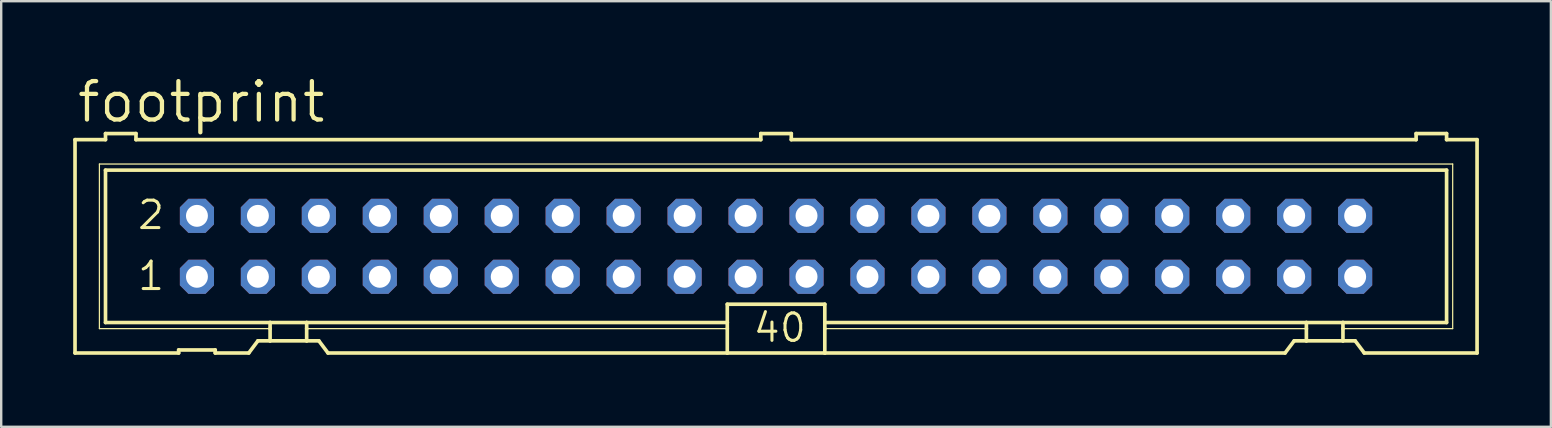
<source format=kicad_pcb>
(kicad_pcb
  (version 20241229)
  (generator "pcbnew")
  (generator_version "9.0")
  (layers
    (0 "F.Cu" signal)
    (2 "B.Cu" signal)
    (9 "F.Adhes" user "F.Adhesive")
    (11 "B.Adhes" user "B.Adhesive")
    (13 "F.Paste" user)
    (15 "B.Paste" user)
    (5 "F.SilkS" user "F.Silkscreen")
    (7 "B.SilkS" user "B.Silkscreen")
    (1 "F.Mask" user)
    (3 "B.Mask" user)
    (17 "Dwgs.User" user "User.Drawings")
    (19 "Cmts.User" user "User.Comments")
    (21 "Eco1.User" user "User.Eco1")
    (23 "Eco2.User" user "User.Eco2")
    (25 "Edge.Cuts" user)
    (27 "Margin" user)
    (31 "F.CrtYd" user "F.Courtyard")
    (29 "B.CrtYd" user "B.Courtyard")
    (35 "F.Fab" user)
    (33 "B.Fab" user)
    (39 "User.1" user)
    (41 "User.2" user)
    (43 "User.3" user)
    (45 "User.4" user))
  (footprint "footprint"
    (layer "F.Cu")
    (at 29.286 7.214)
    (property "Reference" "footprint" (at -29.21 -5.08 0) (layer "F.SilkS") (effects (font (size 1.6 1.6) (thickness 0.178)) (justify left bottom)))
    (fp_line (start -29.21 -4.445) (end -29.21 4.445) (stroke (width 0.152) (type solid)) (layer "F.SilkS"))
    (fp_line (start -29.21 -4.445) (end -27.94 -4.445) (stroke (width 0.152) (type solid)) (layer "F.SilkS"))
    (fp_line (start -29.21 4.445) (end -24.892 4.445) (stroke (width 0.152) (type solid)) (layer "F.SilkS"))
    (fp_line (start -28.194 -3.429) (end -28.194 3.429) (stroke (width 0.051) (type solid)) (layer "F.SilkS"))
    (fp_line (start -28.194 3.429) (end -21.082 3.429) (stroke (width 0.051) (type solid)) (layer "F.SilkS"))
    (fp_line (start -27.94 -4.699) (end -27.94 -4.445) (stroke (width 0.152) (type solid)) (layer "F.SilkS"))
    (fp_line (start -27.94 -3.175) (end -27.94 3.175) (stroke (width 0.152) (type solid)) (layer "F.SilkS"))
    (fp_line (start -27.94 -3.175) (end 27.94 -3.175) (stroke (width 0.152) (type solid)) (layer "F.SilkS"))
    (fp_line (start -26.67 -4.699) (end -27.94 -4.699) (stroke (width 0.152) (type solid)) (layer "F.SilkS"))
    (fp_line (start -26.67 -4.699) (end -26.67 -4.445) (stroke (width 0.152) (type solid)) (layer "F.SilkS"))
    (fp_line (start -26.67 -4.445) (end -0.635 -4.445) (stroke (width 0.152) (type solid)) (layer "F.SilkS"))
    (fp_line (start -24.892 4.318) (end -24.892 4.445) (stroke (width 0.152) (type solid)) (layer "F.SilkS"))
    (fp_line (start -24.892 4.318) (end -23.368 4.318) (stroke (width 0.152) (type solid)) (layer "F.SilkS"))
    (fp_line (start -23.368 4.445) (end -23.368 4.318) (stroke (width 0.152) (type solid)) (layer "F.SilkS"))
    (fp_line (start -23.368 4.445) (end -21.971 4.445) (stroke (width 0.152) (type solid)) (layer "F.SilkS"))
    (fp_line (start -21.971 4.445) (end -21.59 3.937) (stroke (width 0.152) (type solid)) (layer "F.SilkS"))
    (fp_line (start -21.082 3.175) (end -27.94 3.175) (stroke (width 0.152) (type solid)) (layer "F.SilkS"))
    (fp_line (start -21.082 3.175) (end -21.082 3.429) (stroke (width 0.152) (type solid)) (layer "F.SilkS"))
    (fp_line (start -21.082 3.429) (end -21.082 3.937) (stroke (width 0.152) (type solid)) (layer "F.SilkS"))
    (fp_line (start -21.082 3.937) (end -21.59 3.937) (stroke (width 0.152) (type solid)) (layer "F.SilkS"))
    (fp_line (start -19.558 3.175) (end -21.082 3.175) (stroke (width 0.152) (type solid)) (layer "F.SilkS"))
    (fp_line (start -19.558 3.175) (end -19.558 3.429) (stroke (width 0.152) (type solid)) (layer "F.SilkS"))
    (fp_line (start -19.558 3.429) (end -19.558 3.937) (stroke (width 0.152) (type solid)) (layer "F.SilkS"))
    (fp_line (start -19.558 3.429) (end -2.032 3.429) (stroke (width 0.051) (type solid)) (layer "F.SilkS"))
    (fp_line (start -19.558 3.937) (end -21.082 3.937) (stroke (width 0.152) (type solid)) (layer "F.SilkS"))
    (fp_line (start -19.05 3.937) (end -19.558 3.937) (stroke (width 0.152) (type solid)) (layer "F.SilkS"))
    (fp_line (start -19.05 3.937) (end -18.669 4.445) (stroke (width 0.152) (type solid)) (layer "F.SilkS"))
    (fp_line (start -18.669 4.445) (end -2.032 4.445) (stroke (width 0.152) (type solid)) (layer "F.SilkS"))
    (fp_line (start -2.032 3.175) (end -19.558 3.175) (stroke (width 0.152) (type solid)) (layer "F.SilkS"))
    (fp_line (start -2.032 3.175) (end -2.032 2.413) (stroke (width 0.152) (type solid)) (layer "F.SilkS"))
    (fp_line (start -2.032 3.175) (end -2.032 3.429) (stroke (width 0.152) (type solid)) (layer "F.SilkS"))
    (fp_line (start -2.032 3.429) (end -2.032 4.445) (stroke (width 0.152) (type solid)) (layer "F.SilkS"))
    (fp_line (start -0.635 -4.699) (end -0.635 -4.445) (stroke (width 0.152) (type solid)) (layer "F.SilkS"))
    (fp_line (start 0.635 -4.699) (end -0.635 -4.699) (stroke (width 0.152) (type solid)) (layer "F.SilkS"))
    (fp_line (start 0.635 -4.699) (end 0.635 -4.445) (stroke (width 0.152) (type solid)) (layer "F.SilkS"))
    (fp_line (start 0.635 -4.445) (end 26.67 -4.445) (stroke (width 0.152) (type solid)) (layer "F.SilkS"))
    (fp_line (start 2.032 2.413) (end -2.032 2.413) (stroke (width 0.152) (type solid)) (layer "F.SilkS"))
    (fp_line (start 2.032 2.413) (end 2.032 3.175) (stroke (width 0.152) (type solid)) (layer "F.SilkS"))
    (fp_line (start 2.032 3.175) (end 2.032 3.429) (stroke (width 0.152) (type solid)) (layer "F.SilkS"))
    (fp_line (start 2.032 3.429) (end 2.032 4.445) (stroke (width 0.152) (type solid)) (layer "F.SilkS"))
    (fp_line (start 2.032 4.445) (end -2.032 4.445) (stroke (width 0.152) (type solid)) (layer "F.SilkS"))
    (fp_line (start 21.209 4.445) (end 2.032 4.445) (stroke (width 0.152) (type solid)) (layer "F.SilkS"))
    (fp_line (start 21.209 4.445) (end 21.59 3.937) (stroke (width 0.152) (type solid)) (layer "F.SilkS"))
    (fp_line (start 22.098 3.175) (end 2.032 3.175) (stroke (width 0.152) (type solid)) (layer "F.SilkS"))
    (fp_line (start 22.098 3.175) (end 22.098 3.429) (stroke (width 0.152) (type solid)) (layer "F.SilkS"))
    (fp_line (start 22.098 3.429) (end 2.032 3.429) (stroke (width 0.051) (type solid)) (layer "F.SilkS"))
    (fp_line (start 22.098 3.429) (end 22.098 3.937) (stroke (width 0.152) (type solid)) (layer "F.SilkS"))
    (fp_line (start 22.098 3.937) (end 21.59 3.937) (stroke (width 0.152) (type solid)) (layer "F.SilkS"))
    (fp_line (start 23.622 3.175) (end 22.098 3.175) (stroke (width 0.152) (type solid)) (layer "F.SilkS"))
    (fp_line (start 23.622 3.175) (end 23.622 3.429) (stroke (width 0.152) (type solid)) (layer "F.SilkS"))
    (fp_line (start 23.622 3.429) (end 23.622 3.937) (stroke (width 0.152) (type solid)) (layer "F.SilkS"))
    (fp_line (start 23.622 3.429) (end 28.194 3.429) (stroke (width 0.051) (type solid)) (layer "F.SilkS"))
    (fp_line (start 23.622 3.937) (end 22.098 3.937) (stroke (width 0.152) (type solid)) (layer "F.SilkS"))
    (fp_line (start 24.13 3.937) (end 23.622 3.937) (stroke (width 0.152) (type solid)) (layer "F.SilkS"))
    (fp_line (start 24.13 3.937) (end 24.511 4.445) (stroke (width 0.152) (type solid)) (layer "F.SilkS"))
    (fp_line (start 26.67 -4.445) (end 26.67 -4.699) (stroke (width 0.152) (type solid)) (layer "F.SilkS"))
    (fp_line (start 27.94 -4.699) (end 26.67 -4.699) (stroke (width 0.152) (type solid)) (layer "F.SilkS"))
    (fp_line (start 27.94 -4.445) (end 27.94 -4.699) (stroke (width 0.152) (type solid)) (layer "F.SilkS"))
    (fp_line (start 27.94 -4.445) (end 29.21 -4.445) (stroke (width 0.152) (type solid)) (layer "F.SilkS"))
    (fp_line (start 27.94 3.175) (end 23.622 3.175) (stroke (width 0.152) (type solid)) (layer "F.SilkS"))
    (fp_line (start 27.94 3.175) (end 27.94 -3.175) (stroke (width 0.152) (type solid)) (layer "F.SilkS"))
    (fp_line (start 28.194 -3.429) (end -28.194 -3.429) (stroke (width 0.051) (type solid)) (layer "F.SilkS"))
    (fp_line (start 28.194 3.429) (end 28.194 -3.429) (stroke (width 0.051) (type solid)) (layer "F.SilkS"))
    (fp_line (start 29.21 4.445) (end 24.511 4.445) (stroke (width 0.152) (type solid)) (layer "F.SilkS"))
    (fp_line (start 29.21 4.445) (end 29.21 -4.445) (stroke (width 0.152) (type solid)) (layer "F.SilkS"))
    (fp_poly (pts (xy -24.384 -1.016) (xy -23.876 -1.016) (xy -23.876 -1.524) (xy -24.384 -1.524)) (stroke (width 0.1) (type solid)) (fill no) (layer "F.Fab"))
    (fp_poly (pts (xy -24.384 1.524) (xy -23.876 1.524) (xy -23.876 1.016) (xy -24.384 1.016)) (stroke (width 0.1) (type solid)) (fill no) (layer "F.Fab"))
    (fp_poly (pts (xy -21.844 -1.016) (xy -21.336 -1.016) (xy -21.336 -1.524) (xy -21.844 -1.524)) (stroke (width 0.1) (type solid)) (fill no) (layer "F.Fab"))
    (fp_poly (pts (xy -21.844 1.524) (xy -21.336 1.524) (xy -21.336 1.016) (xy -21.844 1.016)) (stroke (width 0.1) (type solid)) (fill no) (layer "F.Fab"))
    (fp_poly (pts (xy -19.304 -1.016) (xy -18.796 -1.016) (xy -18.796 -1.524) (xy -19.304 -1.524)) (stroke (width 0.1) (type solid)) (fill no) (layer "F.Fab"))
    (fp_poly (pts (xy -19.304 1.524) (xy -18.796 1.524) (xy -18.796 1.016) (xy -19.304 1.016)) (stroke (width 0.1) (type solid)) (fill no) (layer "F.Fab"))
    (fp_poly (pts (xy -16.764 -1.016) (xy -16.256 -1.016) (xy -16.256 -1.524) (xy -16.764 -1.524)) (stroke (width 0.1) (type solid)) (fill no) (layer "F.Fab"))
    (fp_poly (pts (xy -16.764 1.524) (xy -16.256 1.524) (xy -16.256 1.016) (xy -16.764 1.016)) (stroke (width 0.1) (type solid)) (fill no) (layer "F.Fab"))
    (fp_poly (pts (xy -14.224 -1.016) (xy -13.716 -1.016) (xy -13.716 -1.524) (xy -14.224 -1.524)) (stroke (width 0.1) (type solid)) (fill no) (layer "F.Fab"))
    (fp_poly (pts (xy -14.224 1.524) (xy -13.716 1.524) (xy -13.716 1.016) (xy -14.224 1.016)) (stroke (width 0.1) (type solid)) (fill no) (layer "F.Fab"))
    (fp_poly (pts (xy -11.684 -1.016) (xy -11.176 -1.016) (xy -11.176 -1.524) (xy -11.684 -1.524)) (stroke (width 0.1) (type solid)) (fill no) (layer "F.Fab"))
    (fp_poly (pts (xy -11.684 1.524) (xy -11.176 1.524) (xy -11.176 1.016) (xy -11.684 1.016)) (stroke (width 0.1) (type solid)) (fill no) (layer "F.Fab"))
    (fp_poly (pts (xy -9.144 -1.016) (xy -8.636 -1.016) (xy -8.636 -1.524) (xy -9.144 -1.524)) (stroke (width 0.1) (type solid)) (fill no) (layer "F.Fab"))
    (fp_poly (pts (xy -9.144 1.524) (xy -8.636 1.524) (xy -8.636 1.016) (xy -9.144 1.016)) (stroke (width 0.1) (type solid)) (fill no) (layer "F.Fab"))
    (fp_poly (pts (xy -6.604 -1.016) (xy -6.096 -1.016) (xy -6.096 -1.524) (xy -6.604 -1.524)) (stroke (width 0.1) (type solid)) (fill no) (layer "F.Fab"))
    (fp_poly (pts (xy -6.604 1.524) (xy -6.096 1.524) (xy -6.096 1.016) (xy -6.604 1.016)) (stroke (width 0.1) (type solid)) (fill no) (layer "F.Fab"))
    (fp_poly (pts (xy -4.064 -1.016) (xy -3.556 -1.016) (xy -3.556 -1.524) (xy -4.064 -1.524)) (stroke (width 0.1) (type solid)) (fill no) (layer "F.Fab"))
    (fp_poly (pts (xy -4.064 1.524) (xy -3.556 1.524) (xy -3.556 1.016) (xy -4.064 1.016)) (stroke (width 0.1) (type solid)) (fill no) (layer "F.Fab"))
    (fp_poly (pts (xy -1.524 -1.016) (xy -1.016 -1.016) (xy -1.016 -1.524) (xy -1.524 -1.524)) (stroke (width 0.1) (type solid)) (fill no) (layer "F.Fab"))
    (fp_poly (pts (xy -1.524 1.524) (xy -1.016 1.524) (xy -1.016 1.016) (xy -1.524 1.016)) (stroke (width 0.1) (type solid)) (fill no) (layer "F.Fab"))
    (fp_poly (pts (xy 1.016 -1.016) (xy 1.524 -1.016) (xy 1.524 -1.524) (xy 1.016 -1.524)) (stroke (width 0.1) (type solid)) (fill no) (layer "F.Fab"))
    (fp_poly (pts (xy 1.016 1.524) (xy 1.524 1.524) (xy 1.524 1.016) (xy 1.016 1.016)) (stroke (width 0.1) (type solid)) (fill no) (layer "F.Fab"))
    (fp_poly (pts (xy 3.556 -1.016) (xy 4.064 -1.016) (xy 4.064 -1.524) (xy 3.556 -1.524)) (stroke (width 0.1) (type solid)) (fill no) (layer "F.Fab"))
    (fp_poly (pts (xy 3.556 1.524) (xy 4.064 1.524) (xy 4.064 1.016) (xy 3.556 1.016)) (stroke (width 0.1) (type solid)) (fill no) (layer "F.Fab"))
    (fp_poly (pts (xy 6.096 -1.016) (xy 6.604 -1.016) (xy 6.604 -1.524) (xy 6.096 -1.524)) (stroke (width 0.1) (type solid)) (fill no) (layer "F.Fab"))
    (fp_poly (pts (xy 6.096 1.524) (xy 6.604 1.524) (xy 6.604 1.016) (xy 6.096 1.016)) (stroke (width 0.1) (type solid)) (fill no) (layer "F.Fab"))
    (fp_poly (pts (xy 8.636 -1.016) (xy 9.144 -1.016) (xy 9.144 -1.524) (xy 8.636 -1.524)) (stroke (width 0.1) (type solid)) (fill no) (layer "F.Fab"))
    (fp_poly (pts (xy 8.636 1.524) (xy 9.144 1.524) (xy 9.144 1.016) (xy 8.636 1.016)) (stroke (width 0.1) (type solid)) (fill no) (layer "F.Fab"))
    (fp_poly (pts (xy 11.176 -1.016) (xy 11.684 -1.016) (xy 11.684 -1.524) (xy 11.176 -1.524)) (stroke (width 0.1) (type solid)) (fill no) (layer "F.Fab"))
    (fp_poly (pts (xy 11.176 1.524) (xy 11.684 1.524) (xy 11.684 1.016) (xy 11.176 1.016)) (stroke (width 0.1) (type solid)) (fill no) (layer "F.Fab"))
    (fp_poly (pts (xy 13.716 -1.016) (xy 14.224 -1.016) (xy 14.224 -1.524) (xy 13.716 -1.524)) (stroke (width 0.1) (type solid)) (fill no) (layer "F.Fab"))
    (fp_poly (pts (xy 13.716 1.524) (xy 14.224 1.524) (xy 14.224 1.016) (xy 13.716 1.016)) (stroke (width 0.1) (type solid)) (fill no) (layer "F.Fab"))
    (fp_poly (pts (xy 16.256 -1.016) (xy 16.764 -1.016) (xy 16.764 -1.524) (xy 16.256 -1.524)) (stroke (width 0.1) (type solid)) (fill no) (layer "F.Fab"))
    (fp_poly (pts (xy 16.256 1.524) (xy 16.764 1.524) (xy 16.764 1.016) (xy 16.256 1.016)) (stroke (width 0.1) (type solid)) (fill no) (layer "F.Fab"))
    (fp_poly (pts (xy 18.796 -1.016) (xy 19.304 -1.016) (xy 19.304 -1.524) (xy 18.796 -1.524)) (stroke (width 0.1) (type solid)) (fill no) (layer "F.Fab"))
    (fp_poly (pts (xy 18.796 1.524) (xy 19.304 1.524) (xy 19.304 1.016) (xy 18.796 1.016)) (stroke (width 0.1) (type solid)) (fill no) (layer "F.Fab"))
    (fp_poly (pts (xy 21.336 -1.016) (xy 21.844 -1.016) (xy 21.844 -1.524) (xy 21.336 -1.524)) (stroke (width 0.1) (type solid)) (fill no) (layer "F.Fab"))
    (fp_poly (pts (xy 21.336 1.524) (xy 21.844 1.524) (xy 21.844 1.016) (xy 21.336 1.016)) (stroke (width 0.1) (type solid)) (fill no) (layer "F.Fab"))
    (fp_poly (pts (xy 23.876 -1.016) (xy 24.384 -1.016) (xy 24.384 -1.524) (xy 23.876 -1.524)) (stroke (width 0.1) (type solid)) (fill no) (layer "F.Fab"))
    (fp_poly (pts (xy 23.876 1.524) (xy 24.384 1.524) (xy 24.384 1.016) (xy 23.876 1.016)) (stroke (width 0.1) (type solid)) (fill no) (layer "F.Fab"))
    (fp_text user "2" (at -26.67 -0.635 0) (layer "F.SilkS") (effects (font (size 1.143 1.143) (thickness 0.127)) (justify left bottom)))
    (fp_text user "40" (at -1.016 4.064 0) (layer "F.SilkS") (effects (font (size 1.143 1.143) (thickness 0.127)) (justify left bottom)))
    (fp_text user "1" (at -26.67 1.905 0) (layer "F.SilkS") (effects (font (size 1.143 1.143) (thickness 0.127)) (justify left bottom)))
    (pad "1" thru_hole roundrect (at -24.13 1.27) (size 1.422 1.422) (drill 0.914) (layers "*.Cu" "*.Mask") (roundrect_rratio 0.25) (chamfer_ratio 0.25) (chamfer top_left top_right bottom_left bottom_right))
    (pad "2" thru_hole roundrect (at -24.13 -1.27) (size 1.422 1.422) (drill 0.914) (layers "*.Cu" "*.Mask") (roundrect_rratio 0.25) (chamfer_ratio 0.25) (chamfer top_left top_right bottom_left bottom_right))
    (pad "3" thru_hole roundrect (at -21.59 1.27) (size 1.422 1.422) (drill 0.914) (layers "*.Cu" "*.Mask") (roundrect_rratio 0.25) (chamfer_ratio 0.25) (chamfer top_left top_right bottom_left bottom_right))
    (pad "4" thru_hole roundrect (at -21.59 -1.27) (size 1.422 1.422) (drill 0.914) (layers "*.Cu" "*.Mask") (roundrect_rratio 0.25) (chamfer_ratio 0.25) (chamfer top_left top_right bottom_left bottom_right))
    (pad "5" thru_hole roundrect (at -19.05 1.27) (size 1.422 1.422) (drill 0.914) (layers "*.Cu" "*.Mask") (roundrect_rratio 0.25) (chamfer_ratio 0.25) (chamfer top_left top_right bottom_left bottom_right))
    (pad "6" thru_hole roundrect (at -19.05 -1.27) (size 1.422 1.422) (drill 0.914) (layers "*.Cu" "*.Mask") (roundrect_rratio 0.25) (chamfer_ratio 0.25) (chamfer top_left top_right bottom_left bottom_right))
    (pad "7" thru_hole roundrect (at -16.51 1.27) (size 1.422 1.422) (drill 0.914) (layers "*.Cu" "*.Mask") (roundrect_rratio 0.25) (chamfer_ratio 0.25) (chamfer top_left top_right bottom_left bottom_right))
    (pad "8" thru_hole roundrect (at -16.51 -1.27) (size 1.422 1.422) (drill 0.914) (layers "*.Cu" "*.Mask") (roundrect_rratio 0.25) (chamfer_ratio 0.25) (chamfer top_left top_right bottom_left bottom_right))
    (pad "9" thru_hole roundrect (at -13.97 1.27) (size 1.422 1.422) (drill 0.914) (layers "*.Cu" "*.Mask") (roundrect_rratio 0.25) (chamfer_ratio 0.25) (chamfer top_left top_right bottom_left bottom_right))
    (pad "10" thru_hole roundrect (at -13.97 -1.27) (size 1.422 1.422) (drill 0.914) (layers "*.Cu" "*.Mask") (roundrect_rratio 0.25) (chamfer_ratio 0.25) (chamfer top_left top_right bottom_left bottom_right))
    (pad "11" thru_hole roundrect (at -11.43 1.27) (size 1.422 1.422) (drill 0.914) (layers "*.Cu" "*.Mask") (roundrect_rratio 0.25) (chamfer_ratio 0.25) (chamfer top_left top_right bottom_left bottom_right))
    (pad "12" thru_hole roundrect (at -11.43 -1.27) (size 1.422 1.422) (drill 0.914) (layers "*.Cu" "*.Mask") (roundrect_rratio 0.25) (chamfer_ratio 0.25) (chamfer top_left top_right bottom_left bottom_right))
    (pad "13" thru_hole roundrect (at -8.89 1.27) (size 1.422 1.422) (drill 0.914) (layers "*.Cu" "*.Mask") (roundrect_rratio 0.25) (chamfer_ratio 0.25) (chamfer top_left top_right bottom_left bottom_right))
    (pad "14" thru_hole roundrect (at -8.89 -1.27) (size 1.422 1.422) (drill 0.914) (layers "*.Cu" "*.Mask") (roundrect_rratio 0.25) (chamfer_ratio 0.25) (chamfer top_left top_right bottom_left bottom_right))
    (pad "15" thru_hole roundrect (at -6.35 1.27) (size 1.422 1.422) (drill 0.914) (layers "*.Cu" "*.Mask") (roundrect_rratio 0.25) (chamfer_ratio 0.25) (chamfer top_left top_right bottom_left bottom_right))
    (pad "16" thru_hole roundrect (at -6.35 -1.27) (size 1.422 1.422) (drill 0.914) (layers "*.Cu" "*.Mask") (roundrect_rratio 0.25) (chamfer_ratio 0.25) (chamfer top_left top_right bottom_left bottom_right))
    (pad "17" thru_hole roundrect (at -3.81 1.27) (size 1.422 1.422) (drill 0.914) (layers "*.Cu" "*.Mask") (roundrect_rratio 0.25) (chamfer_ratio 0.25) (chamfer top_left top_right bottom_left bottom_right))
    (pad "18" thru_hole roundrect (at -3.81 -1.27) (size 1.422 1.422) (drill 0.914) (layers "*.Cu" "*.Mask") (roundrect_rratio 0.25) (chamfer_ratio 0.25) (chamfer top_left top_right bottom_left bottom_right))
    (pad "19" thru_hole roundrect (at -1.27 1.27) (size 1.422 1.422) (drill 0.914) (layers "*.Cu" "*.Mask") (roundrect_rratio 0.25) (chamfer_ratio 0.25) (chamfer top_left top_right bottom_left bottom_right))
    (pad "20" thru_hole roundrect (at -1.27 -1.27) (size 1.422 1.422) (drill 0.914) (layers "*.Cu" "*.Mask") (roundrect_rratio 0.25) (chamfer_ratio 0.25) (chamfer top_left top_right bottom_left bottom_right))
    (pad "21" thru_hole roundrect (at 1.27 1.27) (size 1.422 1.422) (drill 0.914) (layers "*.Cu" "*.Mask") (roundrect_rratio 0.25) (chamfer_ratio 0.25) (chamfer top_left top_right bottom_left bottom_right))
    (pad "22" thru_hole roundrect (at 1.27 -1.27) (size 1.422 1.422) (drill 0.914) (layers "*.Cu" "*.Mask") (roundrect_rratio 0.25) (chamfer_ratio 0.25) (chamfer top_left top_right bottom_left bottom_right))
    (pad "23" thru_hole roundrect (at 3.81 1.27) (size 1.422 1.422) (drill 0.914) (layers "*.Cu" "*.Mask") (roundrect_rratio 0.25) (chamfer_ratio 0.25) (chamfer top_left top_right bottom_left bottom_right))
    (pad "24" thru_hole roundrect (at 3.81 -1.27) (size 1.422 1.422) (drill 0.914) (layers "*.Cu" "*.Mask") (roundrect_rratio 0.25) (chamfer_ratio 0.25) (chamfer top_left top_right bottom_left bottom_right))
    (pad "25" thru_hole roundrect (at 6.35 1.27) (size 1.422 1.422) (drill 0.914) (layers "*.Cu" "*.Mask") (roundrect_rratio 0.25) (chamfer_ratio 0.25) (chamfer top_left top_right bottom_left bottom_right))
    (pad "26" thru_hole roundrect (at 6.35 -1.27) (size 1.422 1.422) (drill 0.914) (layers "*.Cu" "*.Mask") (roundrect_rratio 0.25) (chamfer_ratio 0.25) (chamfer top_left top_right bottom_left bottom_right))
    (pad "27" thru_hole roundrect (at 8.89 1.27) (size 1.422 1.422) (drill 0.914) (layers "*.Cu" "*.Mask") (roundrect_rratio 0.25) (chamfer_ratio 0.25) (chamfer top_left top_right bottom_left bottom_right))
    (pad "28" thru_hole roundrect (at 8.89 -1.27) (size 1.422 1.422) (drill 0.914) (layers "*.Cu" "*.Mask") (roundrect_rratio 0.25) (chamfer_ratio 0.25) (chamfer top_left top_right bottom_left bottom_right))
    (pad "29" thru_hole roundrect (at 11.43 1.27) (size 1.422 1.422) (drill 0.914) (layers "*.Cu" "*.Mask") (roundrect_rratio 0.25) (chamfer_ratio 0.25) (chamfer top_left top_right bottom_left bottom_right))
    (pad "30" thru_hole roundrect (at 11.43 -1.27) (size 1.422 1.422) (drill 0.914) (layers "*.Cu" "*.Mask") (roundrect_rratio 0.25) (chamfer_ratio 0.25) (chamfer top_left top_right bottom_left bottom_right))
    (pad "31" thru_hole roundrect (at 13.97 1.27) (size 1.422 1.422) (drill 0.914) (layers "*.Cu" "*.Mask") (roundrect_rratio 0.25) (chamfer_ratio 0.25) (chamfer top_left top_right bottom_left bottom_right))
    (pad "32" thru_hole roundrect (at 13.97 -1.27) (size 1.422 1.422) (drill 0.914) (layers "*.Cu" "*.Mask") (roundrect_rratio 0.25) (chamfer_ratio 0.25) (chamfer top_left top_right bottom_left bottom_right))
    (pad "33" thru_hole roundrect (at 16.51 1.27) (size 1.422 1.422) (drill 0.914) (layers "*.Cu" "*.Mask") (roundrect_rratio 0.25) (chamfer_ratio 0.25) (chamfer top_left top_right bottom_left bottom_right))
    (pad "34" thru_hole roundrect (at 16.51 -1.27) (size 1.422 1.422) (drill 0.914) (layers "*.Cu" "*.Mask") (roundrect_rratio 0.25) (chamfer_ratio 0.25) (chamfer top_left top_right bottom_left bottom_right))
    (pad "35" thru_hole roundrect (at 19.05 1.27) (size 1.422 1.422) (drill 0.914) (layers "*.Cu" "*.Mask") (roundrect_rratio 0.25) (chamfer_ratio 0.25) (chamfer top_left top_right bottom_left bottom_right))
    (pad "36" thru_hole roundrect (at 19.05 -1.27) (size 1.422 1.422) (drill 0.914) (layers "*.Cu" "*.Mask") (roundrect_rratio 0.25) (chamfer_ratio 0.25) (chamfer top_left top_right bottom_left bottom_right))
    (pad "37" thru_hole roundrect (at 21.59 1.27) (size 1.422 1.422) (drill 0.914) (layers "*.Cu" "*.Mask") (roundrect_rratio 0.25) (chamfer_ratio 0.25) (chamfer top_left top_right bottom_left bottom_right))
    (pad "38" thru_hole roundrect (at 21.59 -1.27) (size 1.422 1.422) (drill 0.914) (layers "*.Cu" "*.Mask") (roundrect_rratio 0.25) (chamfer_ratio 0.25) (chamfer top_left top_right bottom_left bottom_right))
    (pad "39" thru_hole roundrect (at 24.13 1.27) (size 1.422 1.422) (drill 0.914) (layers "*.Cu" "*.Mask") (roundrect_rratio 0.25) (chamfer_ratio 0.25) (chamfer top_left top_right bottom_left bottom_right))
    (pad "40" thru_hole roundrect (at 24.13 -1.27) (size 1.422 1.422) (drill 0.914) (layers "*.Cu" "*.Mask") (roundrect_rratio 0.25) (chamfer_ratio 0.25) (chamfer top_left top_right bottom_left bottom_right)))
  (gr_rect
    (start -3 -3)
    (end 61.572 14.735)
    (stroke (width 0.1) (type default))
    (fill no)
    (layer "Edge.Cuts")))
</source>
